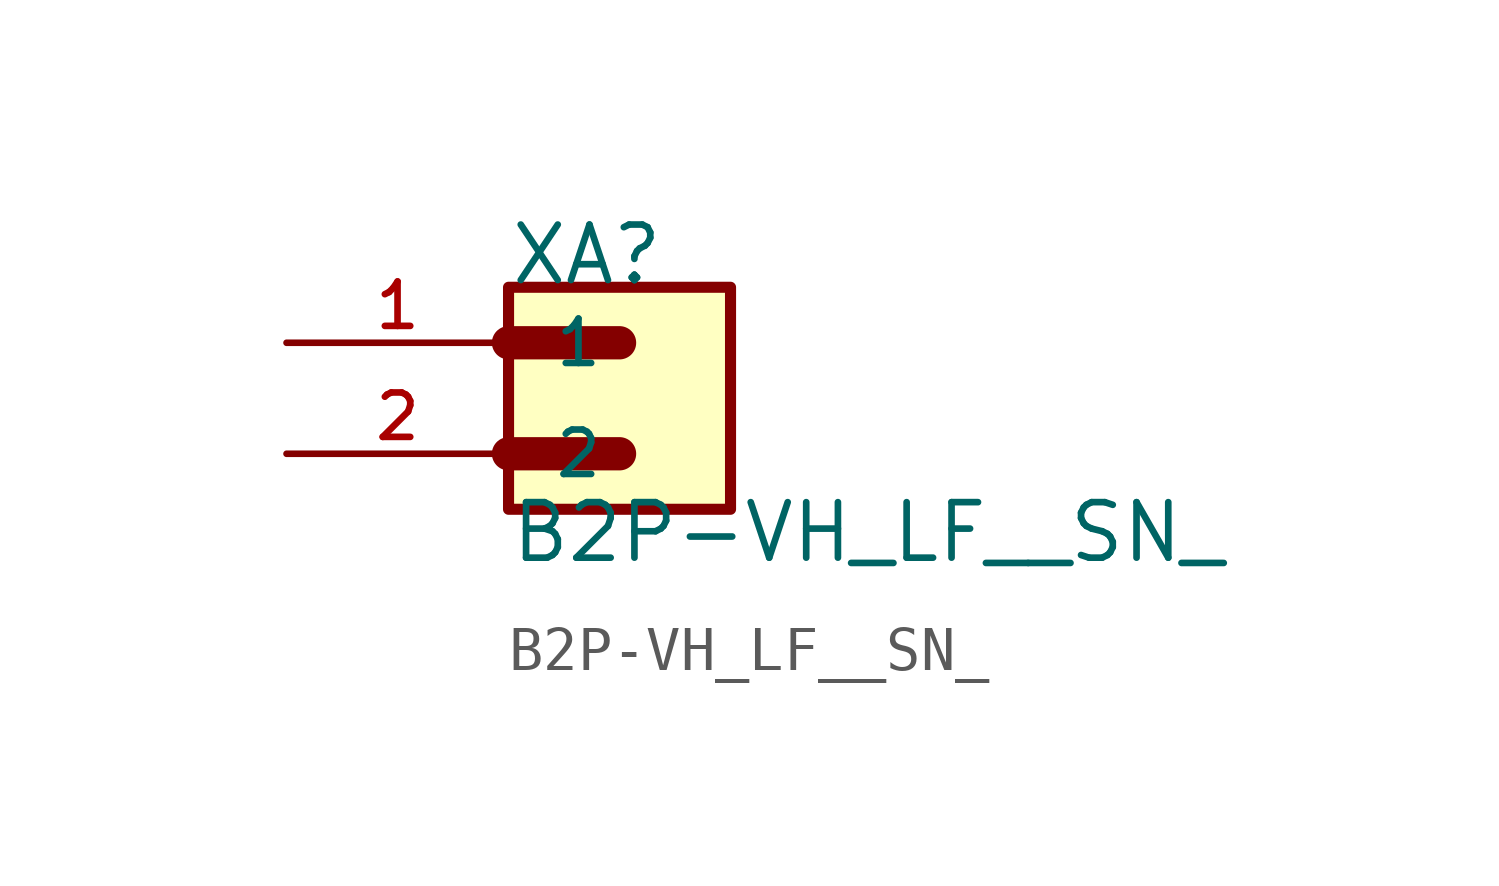
<source format=kicad_sym>
(kicad_symbol_lib
  (version 20211014)
  (generator kicad_symbol_editor)
  (symbol "B2P-VH_LF__SN_"
    (pin_names
      (offset 1.016))
    (property "Reference" "XA"
      (at -2.542 2.542 0)
      (effects (font (size 1.27 1.27)) (justify bottom left)))
    (property "Value" "B2P-VH_LF__SN_"
      (at -2.541 -3.811 0)
      (effects (font (size 1.27 1.27)) (justify bottom left)))
    (symbol "B2P-VH_LF__SN__0_0"
      (polyline (pts (xy -2.54 1.27) (xy 0.0 1.27)) (stroke (width 0.762)))
      (polyline (pts (xy -2.54 -1.27) (xy 0.0 -1.27)) (stroke (width 0.762)))
      (rectangle (start -2.54 -2.54) (end 2.54 2.54) (stroke (width 0.254)) (fill (type background)))
      (pin passive line (at -7.62 1.27 0) (length 5.08) (name "1" (effects (font (size 1.016 1.016)))) (number "1" (effects (font (size 1.016 1.016)))))
      (pin passive line (at -7.62 -1.27 0) (length 5.08) (name "2" (effects (font (size 1.016 1.016)))) (number "2" (effects (font (size 1.016 1.016))))))))
</source>
